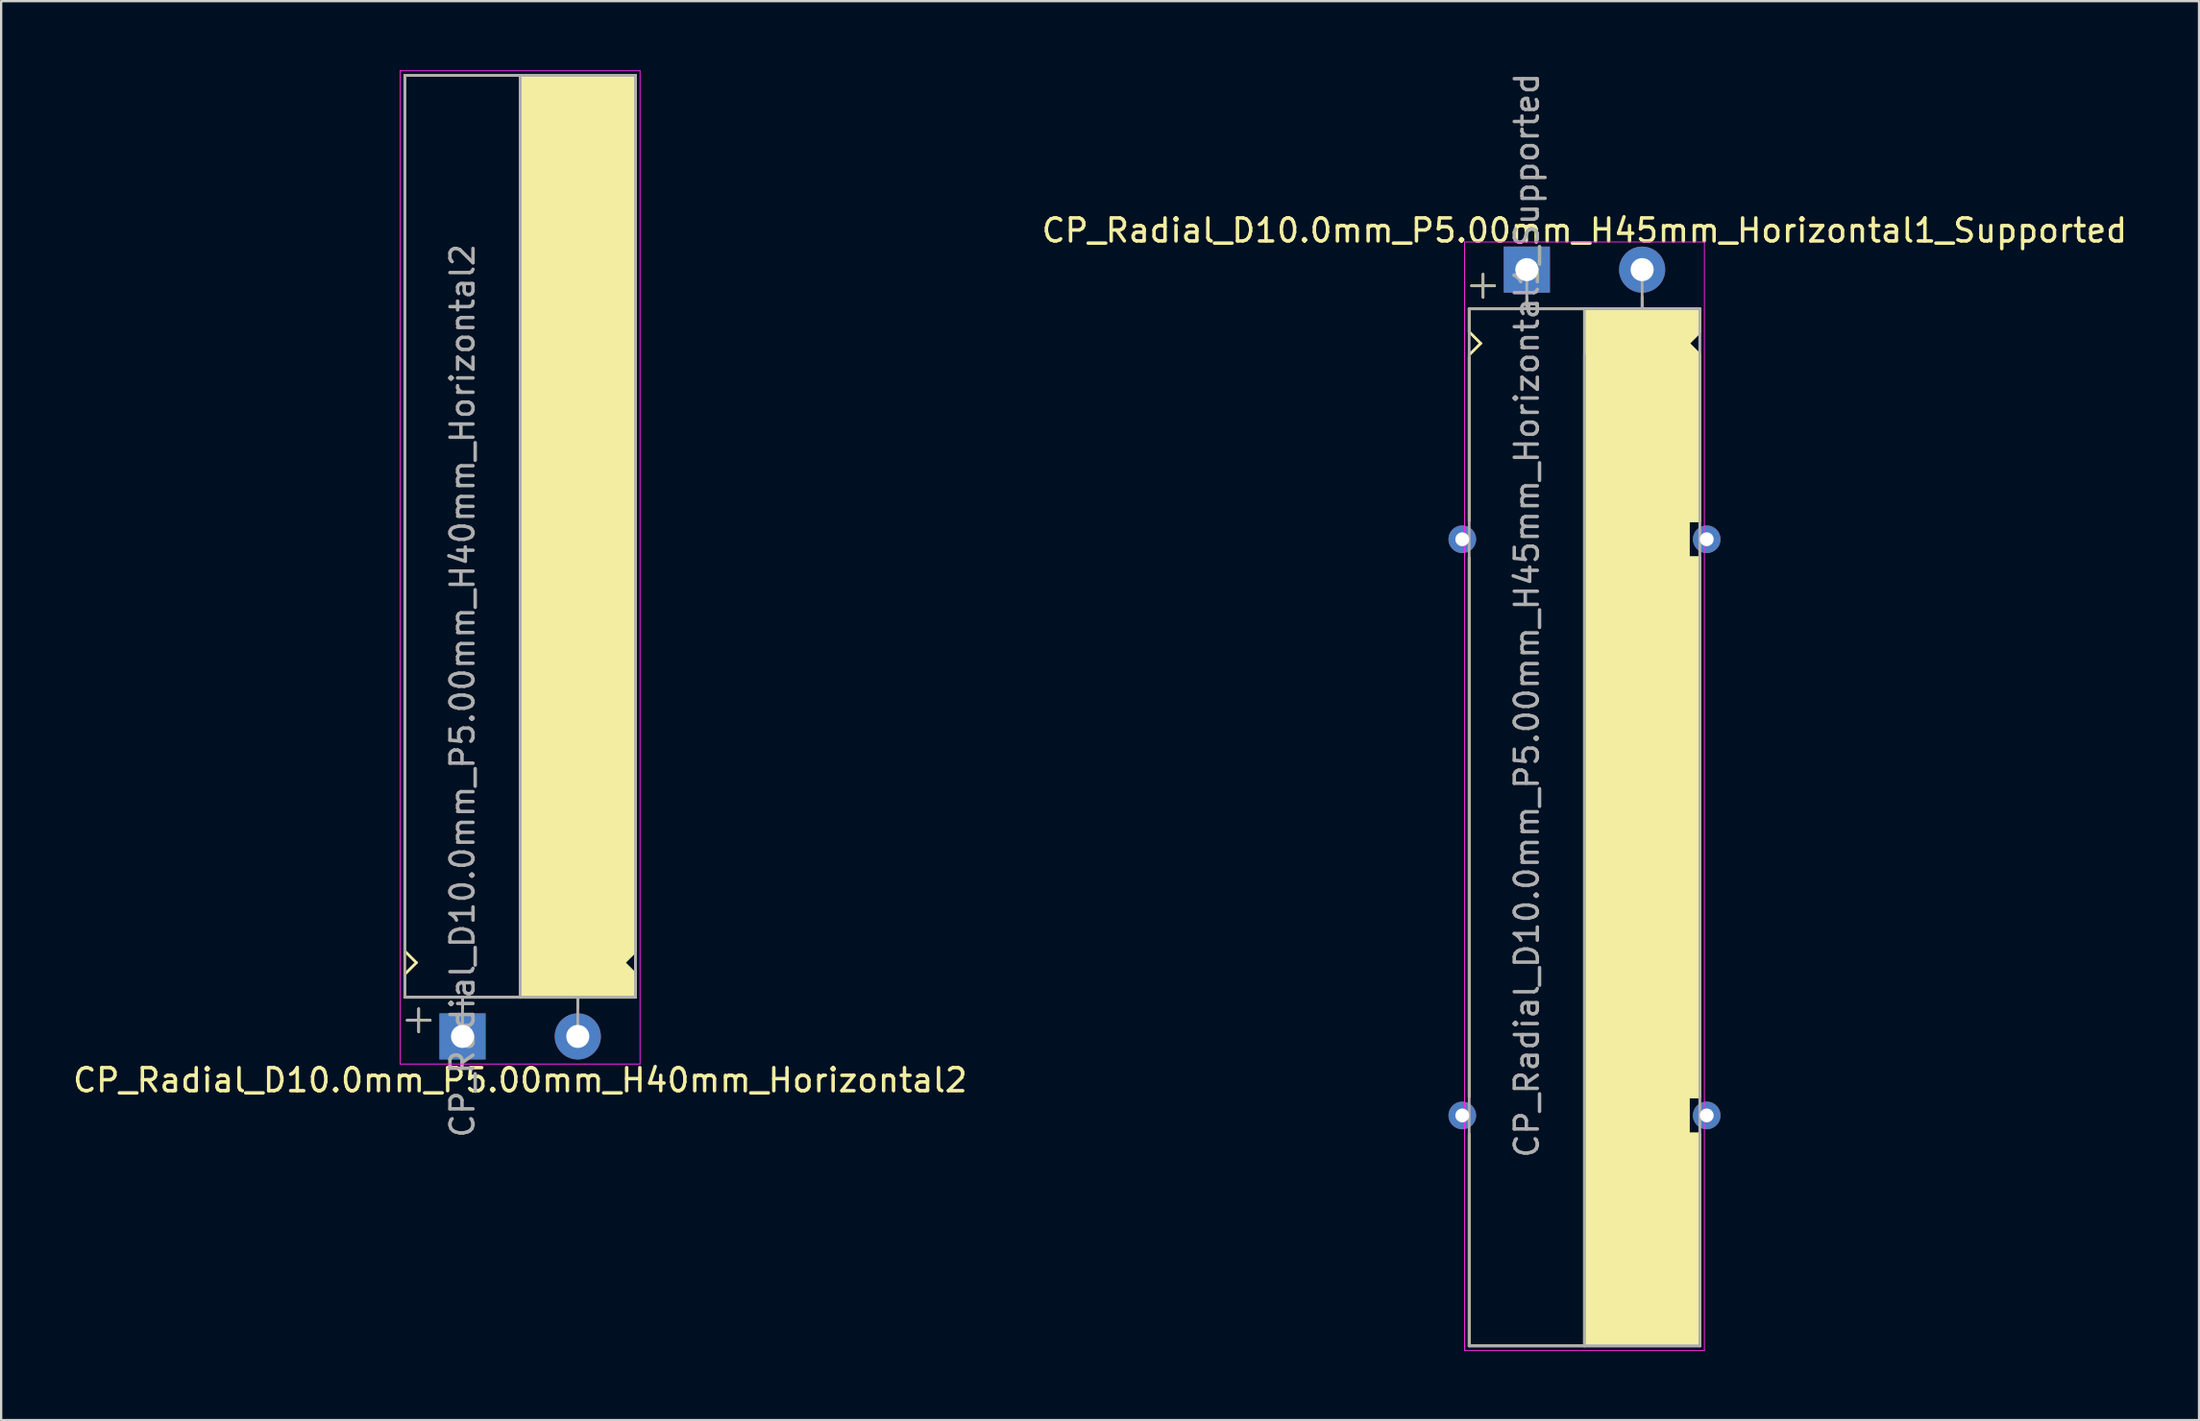
<source format=kicad_pcb>
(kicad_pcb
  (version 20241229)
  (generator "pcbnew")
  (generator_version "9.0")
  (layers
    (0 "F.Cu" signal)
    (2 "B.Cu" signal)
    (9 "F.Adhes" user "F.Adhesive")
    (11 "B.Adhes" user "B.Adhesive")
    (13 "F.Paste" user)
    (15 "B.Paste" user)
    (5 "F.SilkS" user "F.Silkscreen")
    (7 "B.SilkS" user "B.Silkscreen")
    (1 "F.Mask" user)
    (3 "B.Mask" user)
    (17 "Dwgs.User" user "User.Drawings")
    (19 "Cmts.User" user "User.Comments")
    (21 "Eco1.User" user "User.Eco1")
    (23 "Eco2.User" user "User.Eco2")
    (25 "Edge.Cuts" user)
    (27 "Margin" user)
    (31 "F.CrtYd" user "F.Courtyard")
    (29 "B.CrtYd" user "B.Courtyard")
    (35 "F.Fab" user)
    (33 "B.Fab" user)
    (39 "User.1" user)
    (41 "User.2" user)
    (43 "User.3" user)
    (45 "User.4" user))
  (footprint "CP_Radial_D10.0mm_P5.00mm_H45mm_Horizontal1_Supported"
    (layer "F.Cu")
    (at 63.161 8.649)
    (property "Reference" "CP_Radial_D10.0mm_P5.00mm_H45mm_Horizontal1_Supported" (at 2.5 -1.7 0) (layer "F.SilkS") (effects (font (size 1 1) (thickness 0.15))))
    (attr through_hole)
    (fp_line (start -2.5 1.7) (end -2.5 2.7) (stroke (width 0.12) (type solid)) (layer "F.SilkS"))
    (fp_line (start -2.5 2.7) (end -2 3.2) (stroke (width 0.12) (type solid)) (layer "F.SilkS"))
    (fp_line (start -2.5 3.8) (end -2.5 10.9) (stroke (width 0.12) (type solid)) (layer "F.SilkS"))
    (fp_line (start -2.5 12.5) (end -2.5 35.9) (stroke (width 0.12) (type solid)) (layer "F.SilkS"))
    (fp_line (start -2.5 37.5) (end -2.5 46.7) (stroke (width 0.12) (type solid)) (layer "F.SilkS"))
    (fp_line (start -2.5 46.7) (end 7.5 46.7) (stroke (width 0.12) (type solid)) (layer "F.SilkS"))
    (fp_line (start -2 3.2) (end -2.5 3.7) (stroke (width 0.12) (type solid)) (layer "F.SilkS"))
    (fp_line (start -1.9 0.2) (end -1.9 1.2) (stroke (width 0.12) (type solid)) (layer "F.SilkS"))
    (fp_line (start -1.4 0.7) (end -2.4 0.7) (stroke (width 0.12) (type solid)) (layer "F.SilkS"))
    (fp_line (start 0 1.7) (end 0 1.2) (stroke (width 0.12) (type solid)) (layer "F.SilkS"))
    (fp_line (start 2.5 1.7) (end -2.5 1.7) (stroke (width 0.12) (type solid)) (layer "F.SilkS"))
    (fp_line (start 2.5 46.7) (end 2.5 1.7) (stroke (width 0.12) (type solid)) (layer "F.SilkS"))
    (fp_line (start 5 1.7) (end 5 1.2) (stroke (width 0.12) (type solid)) (layer "F.SilkS"))
    (fp_line (start 7 3.2) (end 7.5 3.7) (stroke (width 0.12) (type solid)) (layer "F.SilkS"))
    (fp_line (start 7 10.9) (end 7 12.5) (stroke (width 0.12) (type solid)) (layer "F.SilkS"))
    (fp_line (start 7 12.5) (end 7.5 12.5) (stroke (width 0.12) (type solid)) (layer "F.SilkS"))
    (fp_line (start 7 35.9) (end 7 37.5) (stroke (width 0.12) (type solid)) (layer "F.SilkS"))
    (fp_line (start 7 37.5) (end 7.5 37.5) (stroke (width 0.12) (type solid)) (layer "F.SilkS"))
    (fp_line (start 7.5 1.7) (end 2.5 1.7) (stroke (width 0.12) (type solid)) (layer "F.SilkS"))
    (fp_line (start 7.5 1.7) (end 7.5 2.7) (stroke (width 0.12) (type solid)) (layer "F.SilkS"))
    (fp_line (start 7.5 2.7) (end 7 3.2) (stroke (width 0.12) (type solid)) (layer "F.SilkS"))
    (fp_line (start 7.5 3.7) (end 7.5 10.9) (stroke (width 0.12) (type solid)) (layer "F.SilkS"))
    (fp_line (start 7.5 10.9) (end 7 10.9) (stroke (width 0.12) (type solid)) (layer "F.SilkS"))
    (fp_line (start 7.5 12.5) (end 7.5 35.9) (stroke (width 0.12) (type solid)) (layer "F.SilkS"))
    (fp_line (start 7.5 35.9) (end 7 35.9) (stroke (width 0.12) (type solid)) (layer "F.SilkS"))
    (fp_line (start 7.5 37.5) (end 7.5 46.7) (stroke (width 0.12) (type solid)) (layer "F.SilkS"))
    (fp_poly (pts (xy 7.5 2.7) (xy 7 3.2) (xy 7.5 3.7) (xy 7.5 10.9) (xy 7 10.9) (xy 7 12.5) (xy 7.5 12.5) (xy 7.5 35.9) (xy 7 35.9) (xy 7 37.5) (xy 7.5 37.5) (xy 7.5 46.7) (xy 2.5 46.7) (xy 2.5 1.7) (xy 7.5 1.7)) (stroke (width 0.1) (type solid)) (fill yes) (layer "F.SilkS"))
    (fp_line (start -2.7 -1.2) (end 5.3 -1.2) (stroke (width 0.04) (type solid)) (layer "F.CrtYd"))
    (fp_line (start -2.7 46.9) (end -2.7 -1.2) (stroke (width 0.04) (type solid)) (layer "F.CrtYd"))
    (fp_line (start 5.3 -1.2) (end 7.7 -1.2) (stroke (width 0.04) (type solid)) (layer "F.CrtYd"))
    (fp_line (start 7.7 -1.2) (end 7.7 46.9) (stroke (width 0.04) (type solid)) (layer "F.CrtYd"))
    (fp_line (start 7.7 46.9) (end -2.7 46.9) (stroke (width 0.04) (type solid)) (layer "F.CrtYd"))
    (fp_line (start -2.5 1.7) (end -2.5 46.7) (stroke (width 0.12) (type solid)) (layer "F.Fab"))
    (fp_line (start -2.5 46.7) (end 7.5 46.7) (stroke (width 0.12) (type solid)) (layer "F.Fab"))
    (fp_line (start -2.4 0.7) (end -1.4 0.7) (stroke (width 0.1) (type solid)) (layer "F.Fab"))
    (fp_line (start -1.9 1.2) (end -1.9 0.2) (stroke (width 0.1) (type solid)) (layer "F.Fab"))
    (fp_line (start 0 1.7) (end 0 0) (stroke (width 0.12) (type solid)) (layer "F.Fab"))
    (fp_line (start 2.5 3.7) (end 2.5 46.7) (stroke (width 0.12) (type solid)) (layer "F.Fab"))
    (fp_line (start 5 1.7) (end 5 0) (stroke (width 0.12) (type solid)) (layer "F.Fab"))
    (fp_line (start 7.5 1.7) (end -2.5 1.7) (stroke (width 0.12) (type solid)) (layer "F.Fab"))
    (fp_line (start 7.5 46.7) (end 7.5 1.7) (stroke (width 0.12) (type solid)) (layer "F.Fab"))
    (fp_poly (pts (xy 7.5 46.7) (xy 2.5 46.7) (xy 2.5 1.7) (xy 7.5 1.7)) (stroke (width 0.1) (type solid)) (fill no) (layer "F.Fab"))
    (fp_text user "${REFERENCE}" (at 0 15 90) (layer "F.Fab") (effects (font (size 1 1) (thickness 0.15))))
    (pad "" thru_hole circle (at -2.8 11.7 180) (size 1.2 1.2) (drill 0.6) (layers "*.Cu" "*.Mask"))
    (pad "" thru_hole circle (at -2.8 36.7) (size 1.2 1.2) (drill 0.6) (layers "*.Cu" "*.Mask"))
    (pad "" thru_hole circle (at 7.8 11.7) (size 1.2 1.2) (drill 0.6) (layers "*.Cu" "*.Mask"))
    (pad "" thru_hole circle (at 7.8 36.7) (size 1.2 1.2) (drill 0.6) (layers "*.Cu" "*.Mask"))
    (pad "1" thru_hole rect (at 0 0) (size 2 2) (drill 1) (layers "*.Cu" "*.Mask"))
    (pad "2" thru_hole circle (at 5 0) (size 2 2) (drill 1) (layers "*.Cu" "*.Mask")))
  (footprint "CP_Radial_D10.0mm_P5.00mm_H40mm_Horizontal2"
    (layer "F.Cu")
    (at 17.006 41.92)
    (property "Reference" "CP_Radial_D10.0mm_P5.00mm_H40mm_Horizontal2" (at 2.5 1.9 0) (layer "F.SilkS") (effects (font (size 1 1) (thickness 0.15))))
    (attr through_hole)
    (fp_line (start -2.5 -41.7) (end 7.5 -41.7) (stroke (width 0.12) (type solid)) (layer "F.SilkS"))
    (fp_line (start -2.5 -11.7) (end -2.5 -41.7) (stroke (width 0.12) (type solid)) (layer "F.SilkS"))
    (fp_line (start -2.5 -3.7) (end -2.5 -11.7) (stroke (width 0.12) (type solid)) (layer "F.SilkS"))
    (fp_line (start -2.5 -2.7) (end -2 -3.2) (stroke (width 0.12) (type solid)) (layer "F.SilkS"))
    (fp_line (start -2.5 -1.7) (end -2.5 -2.7) (stroke (width 0.12) (type solid)) (layer "F.SilkS"))
    (fp_line (start -2 -3.2) (end -2.5 -3.7) (stroke (width 0.12) (type solid)) (layer "F.SilkS"))
    (fp_line (start -1.9 -1.2) (end -1.9 -0.2) (stroke (width 0.12) (type solid)) (layer "F.SilkS"))
    (fp_line (start -1.4 -0.7) (end -2.4 -0.7) (stroke (width 0.12) (type solid)) (layer "F.SilkS"))
    (fp_line (start 0 -1.7) (end 0 -1.2) (stroke (width 0.12) (type solid)) (layer "F.SilkS"))
    (fp_line (start 2.5 -41.7) (end 2.5 -1.7) (stroke (width 0.12) (type solid)) (layer "F.SilkS"))
    (fp_line (start 2.5 -1.7) (end -2.5 -1.7) (stroke (width 0.12) (type solid)) (layer "F.SilkS"))
    (fp_line (start 5 -1.7) (end 5 -1.2) (stroke (width 0.12) (type solid)) (layer "F.SilkS"))
    (fp_line (start 7 -3.2) (end 7.5 -3.7) (stroke (width 0.12) (type solid)) (layer "F.SilkS"))
    (fp_line (start 7.5 -11.7) (end 7.5 -41.7) (stroke (width 0.12) (type solid)) (layer "F.SilkS"))
    (fp_line (start 7.5 -3.7) (end 7.5 -11.7) (stroke (width 0.12) (type solid)) (layer "F.SilkS"))
    (fp_line (start 7.5 -2.7) (end 7 -3.2) (stroke (width 0.12) (type solid)) (layer "F.SilkS"))
    (fp_line (start 7.5 -1.7) (end 2.5 -1.7) (stroke (width 0.12) (type solid)) (layer "F.SilkS"))
    (fp_line (start 7.5 -1.7) (end 7.5 -2.7) (stroke (width 0.12) (type solid)) (layer "F.SilkS"))
    (fp_poly (pts (xy 7.5 -2.7) (xy 7 -3.2) (xy 7.5 -3.7) (xy 7.5 -41.7) (xy 2.5 -41.7) (xy 2.5 -1.7) (xy 7.5 -1.7)) (stroke (width 0.1) (type solid)) (fill yes) (layer "F.SilkS"))
    (fp_line (start -2.7 -41.9) (end -2.7 1.2) (stroke (width 0.04) (type solid)) (layer "F.CrtYd"))
    (fp_line (start -2.7 1.2) (end 5.3 1.2) (stroke (width 0.04) (type solid)) (layer "F.CrtYd"))
    (fp_line (start 5.3 1.2) (end 7.7 1.2) (stroke (width 0.04) (type solid)) (layer "F.CrtYd"))
    (fp_line (start 7.7 -41.9) (end -2.7 -41.9) (stroke (width 0.04) (type solid)) (layer "F.CrtYd"))
    (fp_line (start 7.7 1.2) (end 7.7 -41.9) (stroke (width 0.04) (type solid)) (layer "F.CrtYd"))
    (fp_line (start -2.5 -41.7) (end 7.5 -41.7) (stroke (width 0.12) (type solid)) (layer "F.Fab"))
    (fp_line (start -2.5 -1.7) (end -2.5 -41.7) (stroke (width 0.12) (type solid)) (layer "F.Fab"))
    (fp_line (start -2.4 -0.7) (end -1.4 -0.7) (stroke (width 0.1) (type solid)) (layer "F.Fab"))
    (fp_line (start -1.9 -0.2) (end -1.9 -1.2) (stroke (width 0.1) (type solid)) (layer "F.Fab"))
    (fp_line (start 0 -1.7) (end 0 0) (stroke (width 0.12) (type solid)) (layer "F.Fab"))
    (fp_line (start 2.5 -1.7) (end 2.5 -41.7) (stroke (width 0.12) (type solid)) (layer "F.Fab"))
    (fp_line (start 5 -1.7) (end 5 0) (stroke (width 0.12) (type solid)) (layer "F.Fab"))
    (fp_line (start 7.5 -41.7) (end 7.5 -1.7) (stroke (width 0.12) (type solid)) (layer "F.Fab"))
    (fp_line (start 7.5 -1.7) (end -2.5 -1.7) (stroke (width 0.12) (type solid)) (layer "F.Fab"))
    (fp_poly (pts (xy 7.5 -41.7) (xy 2.5 -41.7) (xy 2.5 -1.7) (xy 7.5 -1.7)) (stroke (width 0.1) (type solid)) (fill no) (layer "F.Fab"))
    (fp_text user "${REFERENCE}" (at 0 -15 90) (layer "F.Fab") (effects (font (size 1 1) (thickness 0.15))))
    (pad "1" thru_hole rect (at 0 0) (size 2 2) (drill 1) (layers "*.Cu" "*.Mask"))
    (pad "2" thru_hole circle (at 5 0) (size 2 2) (drill 1) (layers "*.Cu" "*.Mask")))
  (gr_rect
    (start -3 -3)
    (end 92.31 58.569)
    (stroke (width 0.1) (type default))
    (fill no)
    (layer "Edge.Cuts")))
</source>
